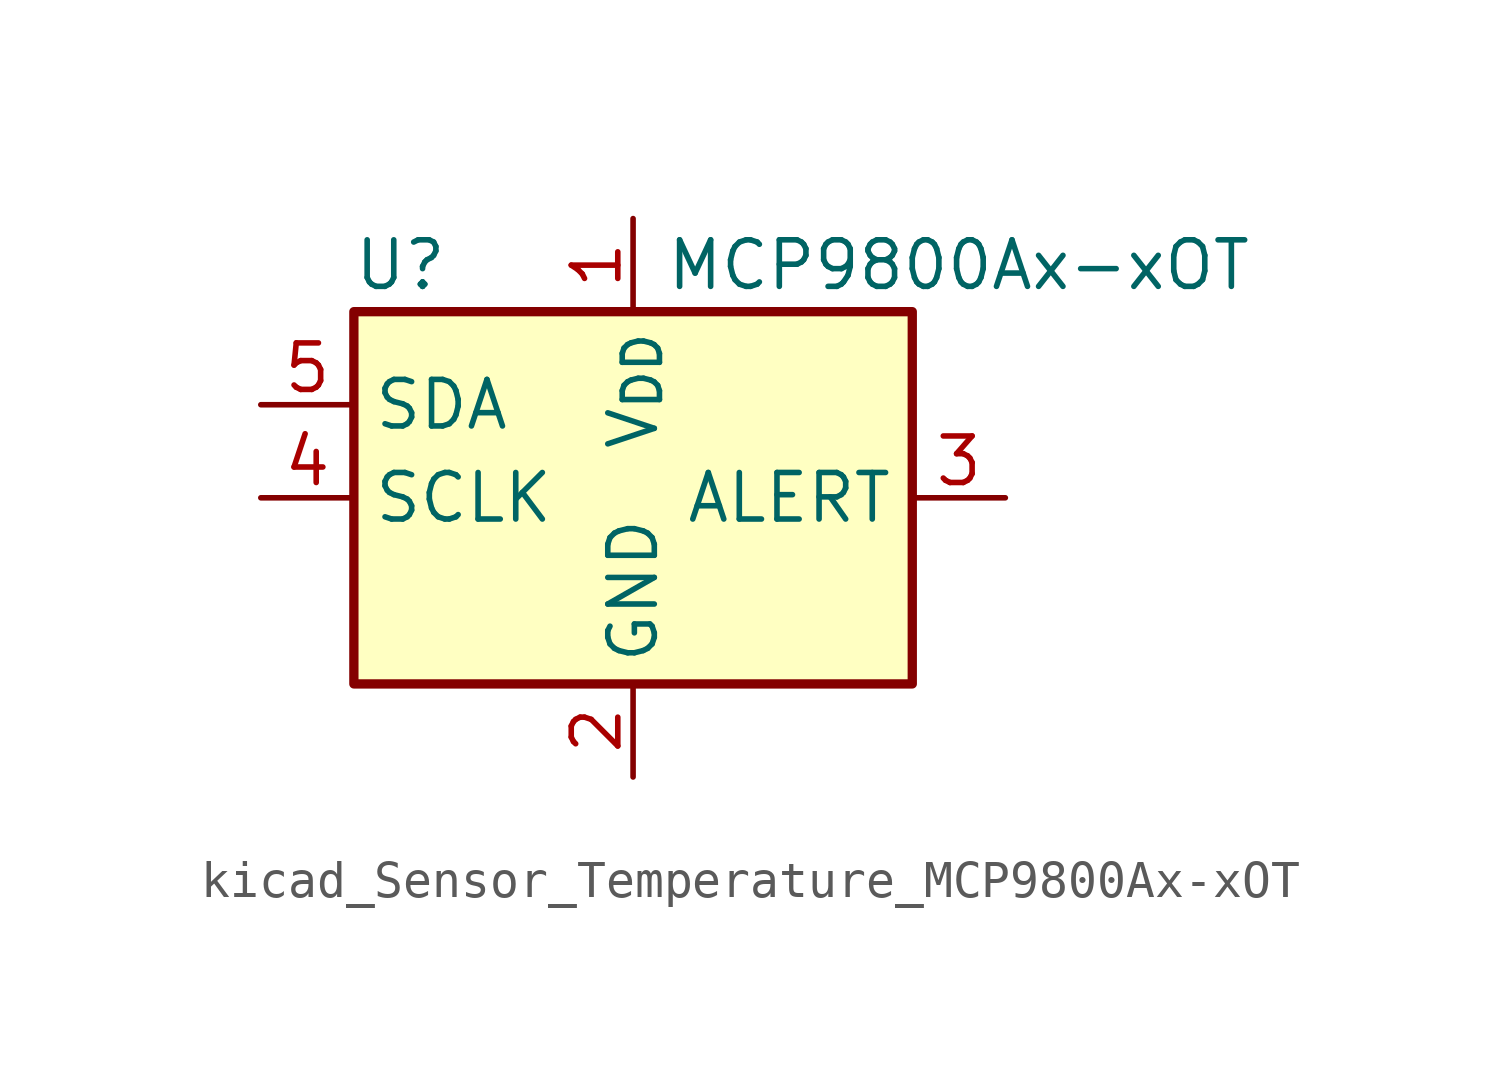
<source format=kicad_sym>
(kicad_symbol_lib
  (version 20220914)
  (generator kicad_symbol_editor)
  (symbol "kicad_Sensor_Temperature_MCP9800Ax-xOT"
    (property "Reference" "U"
      (at -6.35 6.35 0)
      (effects (font (size 1.27 1.27))))
    (property "Value" "MCP9800Ax-xOT"
      (at 8.89 6.35 0)
      (effects (font (size 1.27 1.27))))
    (symbol "kicad_Sensor_Temperature_MCP9800Ax-xOT_0_1"
      (rectangle (start -7.62 5.08) (end 7.62 -5.08) (stroke (width 0.254) (type default)) (fill (type background))))
    (symbol "kicad_Sensor_Temperature_MCP9800Ax-xOT_1_1"
      (pin power_in line (at 0 7.62 270) (length 2.54) (name "V_{DD}" (effects (font (size 1.27 1.27)))) (number "1" (effects (font (size 1.27 1.27)))))
      (pin power_in line (at 0 -7.62 90) (length 2.54) (name "GND" (effects (font (size 1.27 1.27)))) (number "2" (effects (font (size 1.27 1.27)))))
      (pin output line (at 10.16 0 180) (length 2.54) (name "ALERT" (effects (font (size 1.27 1.27)))) (number "3" (effects (font (size 1.27 1.27)))))
      (pin input line (at -10.16 0 0) (length 2.54) (name "SCLK" (effects (font (size 1.27 1.27)))) (number "4" (effects (font (size 1.27 1.27)))))
      (pin bidirectional line (at -10.16 2.54 0) (length 2.54) (name "SDA" (effects (font (size 1.27 1.27)))) (number "5" (effects (font (size 1.27 1.27))))))))
</source>
